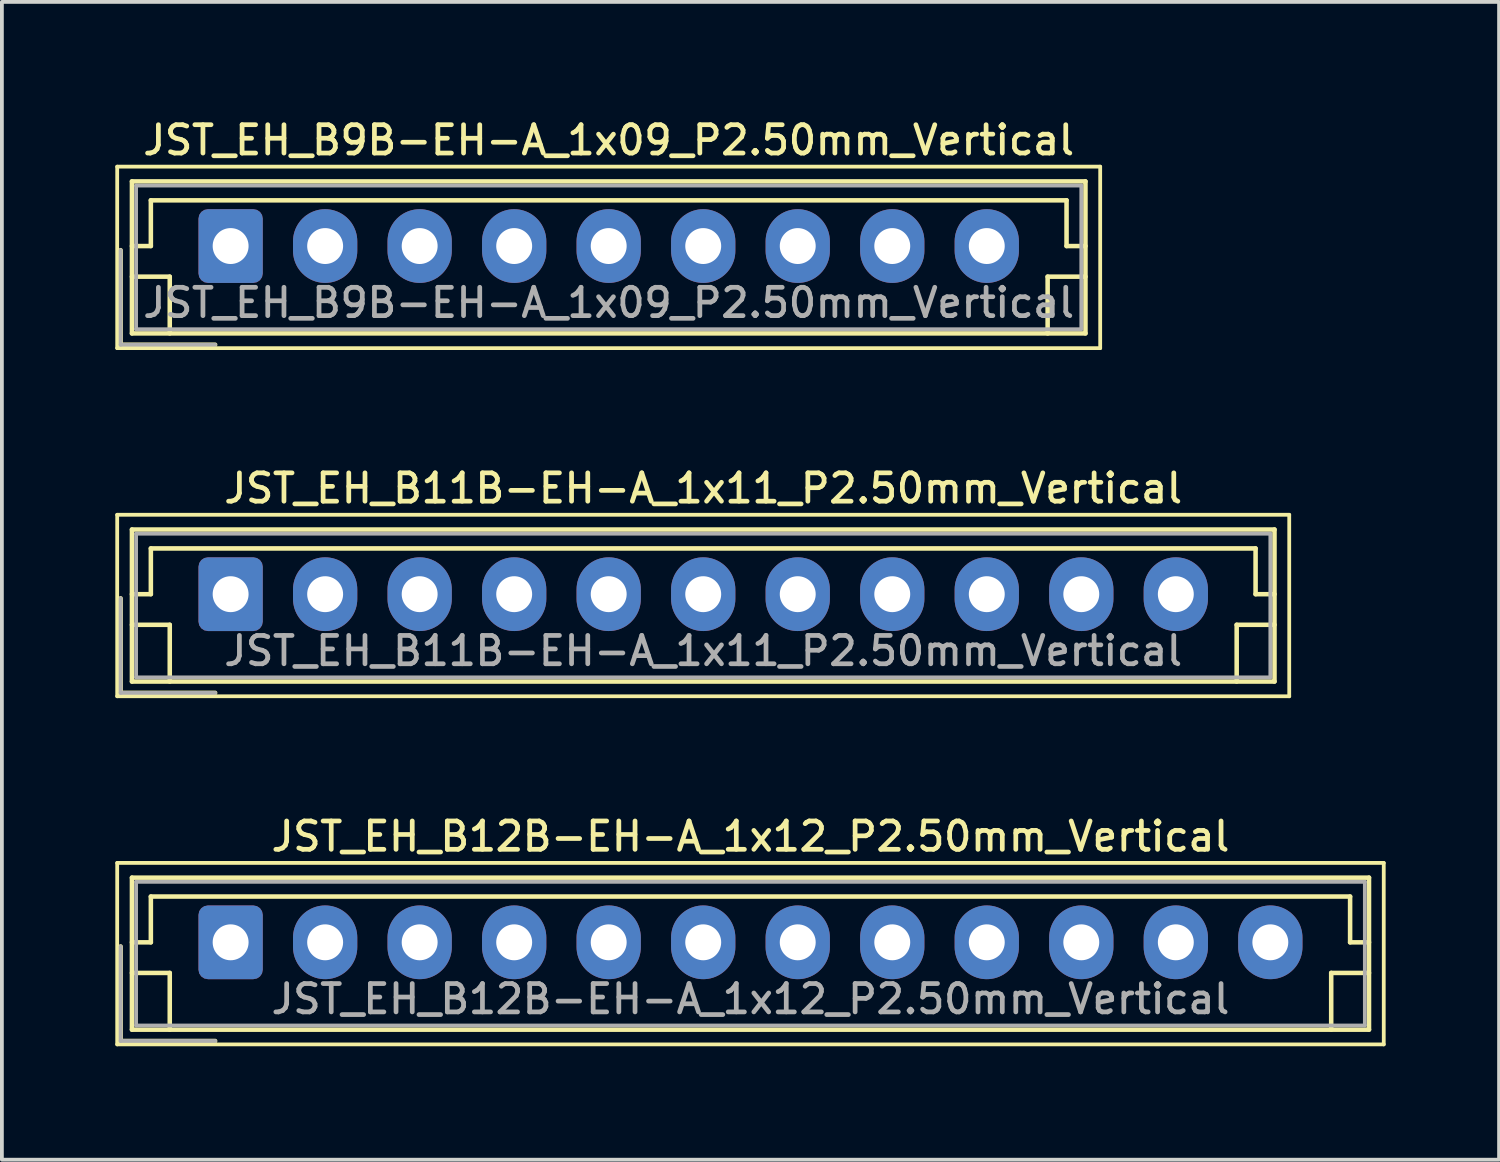
<source format=kicad_pcb>
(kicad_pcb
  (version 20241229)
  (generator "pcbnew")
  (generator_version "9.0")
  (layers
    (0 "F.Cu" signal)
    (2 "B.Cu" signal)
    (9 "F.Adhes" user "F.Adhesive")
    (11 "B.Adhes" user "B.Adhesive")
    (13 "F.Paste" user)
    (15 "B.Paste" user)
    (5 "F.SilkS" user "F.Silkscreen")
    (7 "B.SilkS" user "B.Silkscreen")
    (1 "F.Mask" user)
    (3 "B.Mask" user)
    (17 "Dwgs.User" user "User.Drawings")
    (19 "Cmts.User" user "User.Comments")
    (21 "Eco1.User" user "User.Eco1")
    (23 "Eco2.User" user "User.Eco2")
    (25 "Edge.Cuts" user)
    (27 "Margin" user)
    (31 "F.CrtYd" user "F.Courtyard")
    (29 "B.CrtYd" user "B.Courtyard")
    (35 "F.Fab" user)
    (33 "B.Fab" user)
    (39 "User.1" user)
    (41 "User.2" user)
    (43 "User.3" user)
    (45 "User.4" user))
  (footprint "JST_EH_B11B-EH-A_1x11_P2.50mm_Vertical"
    (layer "F.Cu")
    (at 3.05 12.666)
    (property "Reference" "JST_EH_B11B-EH-A_1x11_P2.50mm_Vertical" (at 12.5 -2.8 0) (layer "F.SilkS") (effects (font (size 0.75 0.75) (thickness 0.125))))
    (attr through_hole)
    (fp_line (start -3 -2.1) (end -3 2.7) (stroke (width 0.1) (type solid)) (layer "F.SilkS"))
    (fp_line (start -3 2.7) (end 28 2.7) (stroke (width 0.1) (type solid)) (layer "F.SilkS"))
    (fp_line (start -2.91 0.11) (end -2.91 2.61) (stroke (width 0.12) (type solid)) (layer "F.SilkS"))
    (fp_line (start -2.91 2.61) (end -0.41 2.61) (stroke (width 0.12) (type solid)) (layer "F.SilkS"))
    (fp_line (start -2.61 -1.71) (end -2.61 2.31) (stroke (width 0.12) (type solid)) (layer "F.SilkS"))
    (fp_line (start -2.61 0) (end -2.11 0) (stroke (width 0.12) (type solid)) (layer "F.SilkS"))
    (fp_line (start -2.61 0.81) (end -1.61 0.81) (stroke (width 0.12) (type solid)) (layer "F.SilkS"))
    (fp_line (start -2.61 2.31) (end 27.61 2.31) (stroke (width 0.12) (type solid)) (layer "F.SilkS"))
    (fp_line (start -2.11 -1.21) (end 27.11 -1.21) (stroke (width 0.12) (type solid)) (layer "F.SilkS"))
    (fp_line (start -2.11 0) (end -2.11 -1.21) (stroke (width 0.12) (type solid)) (layer "F.SilkS"))
    (fp_line (start -1.61 0.81) (end -1.61 2.31) (stroke (width 0.12) (type solid)) (layer "F.SilkS"))
    (fp_line (start 26.61 0.81) (end 26.61 2.31) (stroke (width 0.12) (type solid)) (layer "F.SilkS"))
    (fp_line (start 27.11 -1.21) (end 27.11 0) (stroke (width 0.12) (type solid)) (layer "F.SilkS"))
    (fp_line (start 27.11 0) (end 27.61 0) (stroke (width 0.12) (type solid)) (layer "F.SilkS"))
    (fp_line (start 27.61 -1.71) (end -2.61 -1.71) (stroke (width 0.12) (type solid)) (layer "F.SilkS"))
    (fp_line (start 27.61 0.81) (end 26.61 0.81) (stroke (width 0.12) (type solid)) (layer "F.SilkS"))
    (fp_line (start 27.61 2.31) (end 27.61 -1.71) (stroke (width 0.12) (type solid)) (layer "F.SilkS"))
    (fp_line (start 28 -2.1) (end -3 -2.1) (stroke (width 0.1) (type solid)) (layer "F.SilkS"))
    (fp_line (start 28 2.7) (end 28 -2.1) (stroke (width 0.1) (type solid)) (layer "F.SilkS"))
    (fp_line (start -2.91 0.11) (end -2.91 2.61) (stroke (width 0.1) (type solid)) (layer "F.Fab"))
    (fp_line (start -2.91 2.61) (end -0.41 2.61) (stroke (width 0.1) (type solid)) (layer "F.Fab"))
    (fp_line (start -2.5 -1.6) (end -2.5 2.2) (stroke (width 0.1) (type solid)) (layer "F.Fab"))
    (fp_line (start -2.5 2.2) (end 27.5 2.2) (stroke (width 0.1) (type solid)) (layer "F.Fab"))
    (fp_line (start 27.5 -1.6) (end -2.5 -1.6) (stroke (width 0.1) (type solid)) (layer "F.Fab"))
    (fp_line (start 27.5 2.2) (end 27.5 -1.6) (stroke (width 0.1) (type solid)) (layer "F.Fab"))
    (fp_text user "${REFERENCE}" (at 12.5 1.5 0) (layer "F.Fab") (effects (font (size 0.75 0.75) (thickness 0.125))))
    (pad "1" thru_hole roundrect (at 0 0) (size 1.7 1.95) (drill 0.95) (layers "*.Cu" "*.Mask") (roundrect_rratio 0.147))
    (pad "2" thru_hole oval (at 2.5 0) (size 1.7 1.95) (drill 0.95) (layers "*.Cu" "*.Mask"))
    (pad "3" thru_hole oval (at 5 0) (size 1.7 1.95) (drill 0.95) (layers "*.Cu" "*.Mask"))
    (pad "4" thru_hole oval (at 7.5 0) (size 1.7 1.95) (drill 0.95) (layers "*.Cu" "*.Mask"))
    (pad "5" thru_hole oval (at 10 0) (size 1.7 1.95) (drill 0.95) (layers "*.Cu" "*.Mask"))
    (pad "6" thru_hole oval (at 12.5 0) (size 1.7 1.95) (drill 0.95) (layers "*.Cu" "*.Mask"))
    (pad "7" thru_hole oval (at 15 0) (size 1.7 1.95) (drill 0.95) (layers "*.Cu" "*.Mask"))
    (pad "8" thru_hole oval (at 17.5 0) (size 1.7 1.95) (drill 0.95) (layers "*.Cu" "*.Mask"))
    (pad "9" thru_hole oval (at 20 0) (size 1.7 1.95) (drill 0.95) (layers "*.Cu" "*.Mask"))
    (pad "10" thru_hole oval (at 22.5 0) (size 1.7 1.95) (drill 0.95) (layers "*.Cu" "*.Mask"))
    (pad "11" thru_hole oval (at 25 0) (size 1.7 1.95) (drill 0.95) (layers "*.Cu" "*.Mask")))
  (footprint "JST_EH_B12B-EH-A_1x12_P2.50mm_Vertical"
    (layer "F.Cu")
    (at 3.05 21.874)
    (property "Reference" "JST_EH_B12B-EH-A_1x12_P2.50mm_Vertical" (at 13.75 -2.8 0) (layer "F.SilkS") (effects (font (size 0.75 0.75) (thickness 0.125))))
    (attr through_hole)
    (fp_line (start -3 -2.1) (end -3 2.7) (stroke (width 0.1) (type solid)) (layer "F.SilkS"))
    (fp_line (start -3 2.7) (end 30.5 2.7) (stroke (width 0.1) (type solid)) (layer "F.SilkS"))
    (fp_line (start -2.91 0.11) (end -2.91 2.61) (stroke (width 0.12) (type solid)) (layer "F.SilkS"))
    (fp_line (start -2.91 2.61) (end -0.41 2.61) (stroke (width 0.12) (type solid)) (layer "F.SilkS"))
    (fp_line (start -2.61 -1.71) (end -2.61 2.31) (stroke (width 0.12) (type solid)) (layer "F.SilkS"))
    (fp_line (start -2.61 0) (end -2.11 0) (stroke (width 0.12) (type solid)) (layer "F.SilkS"))
    (fp_line (start -2.61 0.81) (end -1.61 0.81) (stroke (width 0.12) (type solid)) (layer "F.SilkS"))
    (fp_line (start -2.61 2.31) (end 30.11 2.31) (stroke (width 0.12) (type solid)) (layer "F.SilkS"))
    (fp_line (start -2.11 -1.21) (end 29.61 -1.21) (stroke (width 0.12) (type solid)) (layer "F.SilkS"))
    (fp_line (start -2.11 0) (end -2.11 -1.21) (stroke (width 0.12) (type solid)) (layer "F.SilkS"))
    (fp_line (start -1.61 0.81) (end -1.61 2.31) (stroke (width 0.12) (type solid)) (layer "F.SilkS"))
    (fp_line (start 29.11 0.81) (end 29.11 2.31) (stroke (width 0.12) (type solid)) (layer "F.SilkS"))
    (fp_line (start 29.61 -1.21) (end 29.61 0) (stroke (width 0.12) (type solid)) (layer "F.SilkS"))
    (fp_line (start 29.61 0) (end 30.11 0) (stroke (width 0.12) (type solid)) (layer "F.SilkS"))
    (fp_line (start 30.11 -1.71) (end -2.61 -1.71) (stroke (width 0.12) (type solid)) (layer "F.SilkS"))
    (fp_line (start 30.11 0.81) (end 29.11 0.81) (stroke (width 0.12) (type solid)) (layer "F.SilkS"))
    (fp_line (start 30.11 2.31) (end 30.11 -1.71) (stroke (width 0.12) (type solid)) (layer "F.SilkS"))
    (fp_line (start 30.5 -2.1) (end -3 -2.1) (stroke (width 0.1) (type solid)) (layer "F.SilkS"))
    (fp_line (start 30.5 2.7) (end 30.5 -2.1) (stroke (width 0.1) (type solid)) (layer "F.SilkS"))
    (fp_line (start -2.91 0.11) (end -2.91 2.61) (stroke (width 0.1) (type solid)) (layer "F.Fab"))
    (fp_line (start -2.91 2.61) (end -0.41 2.61) (stroke (width 0.1) (type solid)) (layer "F.Fab"))
    (fp_line (start -2.5 -1.6) (end -2.5 2.2) (stroke (width 0.1) (type solid)) (layer "F.Fab"))
    (fp_line (start -2.5 2.2) (end 30 2.2) (stroke (width 0.1) (type solid)) (layer "F.Fab"))
    (fp_line (start 30 -1.6) (end -2.5 -1.6) (stroke (width 0.1) (type solid)) (layer "F.Fab"))
    (fp_line (start 30 2.2) (end 30 -1.6) (stroke (width 0.1) (type solid)) (layer "F.Fab"))
    (fp_text user "${REFERENCE}" (at 13.75 1.5 0) (layer "F.Fab") (effects (font (size 0.75 0.75) (thickness 0.125))))
    (pad "1" thru_hole roundrect (at 0 0) (size 1.7 1.95) (drill 0.95) (layers "*.Cu" "*.Mask") (roundrect_rratio 0.147))
    (pad "2" thru_hole oval (at 2.5 0) (size 1.7 1.95) (drill 0.95) (layers "*.Cu" "*.Mask"))
    (pad "3" thru_hole oval (at 5 0) (size 1.7 1.95) (drill 0.95) (layers "*.Cu" "*.Mask"))
    (pad "4" thru_hole oval (at 7.5 0) (size 1.7 1.95) (drill 0.95) (layers "*.Cu" "*.Mask"))
    (pad "5" thru_hole oval (at 10 0) (size 1.7 1.95) (drill 0.95) (layers "*.Cu" "*.Mask"))
    (pad "6" thru_hole oval (at 12.5 0) (size 1.7 1.95) (drill 0.95) (layers "*.Cu" "*.Mask"))
    (pad "7" thru_hole oval (at 15 0) (size 1.7 1.95) (drill 0.95) (layers "*.Cu" "*.Mask"))
    (pad "8" thru_hole oval (at 17.5 0) (size 1.7 1.95) (drill 0.95) (layers "*.Cu" "*.Mask"))
    (pad "9" thru_hole oval (at 20 0) (size 1.7 1.95) (drill 0.95) (layers "*.Cu" "*.Mask"))
    (pad "10" thru_hole oval (at 22.5 0) (size 1.7 1.95) (drill 0.95) (layers "*.Cu" "*.Mask"))
    (pad "11" thru_hole oval (at 25 0) (size 1.7 1.95) (drill 0.95) (layers "*.Cu" "*.Mask"))
    (pad "12" thru_hole oval (at 27.5 0) (size 1.7 1.95) (drill 0.95) (layers "*.Cu" "*.Mask")))
  (footprint "JST_EH_B9B-EH-A_1x09_P2.50mm_Vertical"
    (layer "F.Cu")
    (at 3.05 3.458)
    (property "Reference" "JST_EH_B9B-EH-A_1x09_P2.50mm_Vertical" (at 10 -2.8 0) (layer "F.SilkS") (effects (font (size 0.75 0.75) (thickness 0.125))))
    (attr through_hole)
    (fp_line (start -3 -2.1) (end -3 2.7) (stroke (width 0.1) (type solid)) (layer "F.SilkS"))
    (fp_line (start -3 2.7) (end 23 2.7) (stroke (width 0.1) (type solid)) (layer "F.SilkS"))
    (fp_line (start -2.91 0.11) (end -2.91 2.61) (stroke (width 0.12) (type solid)) (layer "F.SilkS"))
    (fp_line (start -2.91 2.61) (end -0.41 2.61) (stroke (width 0.12) (type solid)) (layer "F.SilkS"))
    (fp_line (start -2.61 -1.71) (end -2.61 2.31) (stroke (width 0.12) (type solid)) (layer "F.SilkS"))
    (fp_line (start -2.61 0) (end -2.11 0) (stroke (width 0.12) (type solid)) (layer "F.SilkS"))
    (fp_line (start -2.61 0.81) (end -1.61 0.81) (stroke (width 0.12) (type solid)) (layer "F.SilkS"))
    (fp_line (start -2.61 2.31) (end 22.61 2.31) (stroke (width 0.12) (type solid)) (layer "F.SilkS"))
    (fp_line (start -2.11 -1.21) (end 22.11 -1.21) (stroke (width 0.12) (type solid)) (layer "F.SilkS"))
    (fp_line (start -2.11 0) (end -2.11 -1.21) (stroke (width 0.12) (type solid)) (layer "F.SilkS"))
    (fp_line (start -1.61 0.81) (end -1.61 2.31) (stroke (width 0.12) (type solid)) (layer "F.SilkS"))
    (fp_line (start 21.61 0.81) (end 21.61 2.31) (stroke (width 0.12) (type solid)) (layer "F.SilkS"))
    (fp_line (start 22.11 -1.21) (end 22.11 0) (stroke (width 0.12) (type solid)) (layer "F.SilkS"))
    (fp_line (start 22.11 0) (end 22.61 0) (stroke (width 0.12) (type solid)) (layer "F.SilkS"))
    (fp_line (start 22.61 -1.71) (end -2.61 -1.71) (stroke (width 0.12) (type solid)) (layer "F.SilkS"))
    (fp_line (start 22.61 0.81) (end 21.61 0.81) (stroke (width 0.12) (type solid)) (layer "F.SilkS"))
    (fp_line (start 22.61 2.31) (end 22.61 -1.71) (stroke (width 0.12) (type solid)) (layer "F.SilkS"))
    (fp_line (start 23 -2.1) (end -3 -2.1) (stroke (width 0.1) (type solid)) (layer "F.SilkS"))
    (fp_line (start 23 2.7) (end 23 -2.1) (stroke (width 0.1) (type solid)) (layer "F.SilkS"))
    (fp_line (start -2.91 0.11) (end -2.91 2.61) (stroke (width 0.1) (type solid)) (layer "F.Fab"))
    (fp_line (start -2.91 2.61) (end -0.41 2.61) (stroke (width 0.1) (type solid)) (layer "F.Fab"))
    (fp_line (start -2.5 -1.6) (end -2.5 2.2) (stroke (width 0.1) (type solid)) (layer "F.Fab"))
    (fp_line (start -2.5 2.2) (end 22.5 2.2) (stroke (width 0.1) (type solid)) (layer "F.Fab"))
    (fp_line (start 22.5 -1.6) (end -2.5 -1.6) (stroke (width 0.1) (type solid)) (layer "F.Fab"))
    (fp_line (start 22.5 2.2) (end 22.5 -1.6) (stroke (width 0.1) (type solid)) (layer "F.Fab"))
    (fp_text user "${REFERENCE}" (at 10 1.5 0) (layer "F.Fab") (effects (font (size 0.75 0.75) (thickness 0.125))))
    (pad "1" thru_hole roundrect (at 0 0) (size 1.7 1.95) (drill 0.95) (layers "*.Cu" "*.Mask") (roundrect_rratio 0.147))
    (pad "2" thru_hole oval (at 2.5 0) (size 1.7 1.95) (drill 0.95) (layers "*.Cu" "*.Mask"))
    (pad "3" thru_hole oval (at 5 0) (size 1.7 1.95) (drill 0.95) (layers "*.Cu" "*.Mask"))
    (pad "4" thru_hole oval (at 7.5 0) (size 1.7 1.95) (drill 0.95) (layers "*.Cu" "*.Mask"))
    (pad "5" thru_hole oval (at 10 0) (size 1.7 1.95) (drill 0.95) (layers "*.Cu" "*.Mask"))
    (pad "6" thru_hole oval (at 12.5 0) (size 1.7 1.95) (drill 0.95) (layers "*.Cu" "*.Mask"))
    (pad "7" thru_hole oval (at 15 0) (size 1.7 1.95) (drill 0.95) (layers "*.Cu" "*.Mask"))
    (pad "8" thru_hole oval (at 17.5 0) (size 1.7 1.95) (drill 0.95) (layers "*.Cu" "*.Mask"))
    (pad "9" thru_hole oval (at 20 0) (size 1.7 1.95) (drill 0.95) (layers "*.Cu" "*.Mask")))
  (gr_rect
    (start -3 -3)
    (end 36.6 27.624)
    (stroke (width 0.1) (type default))
    (fill no)
    (layer "Edge.Cuts")))
</source>
